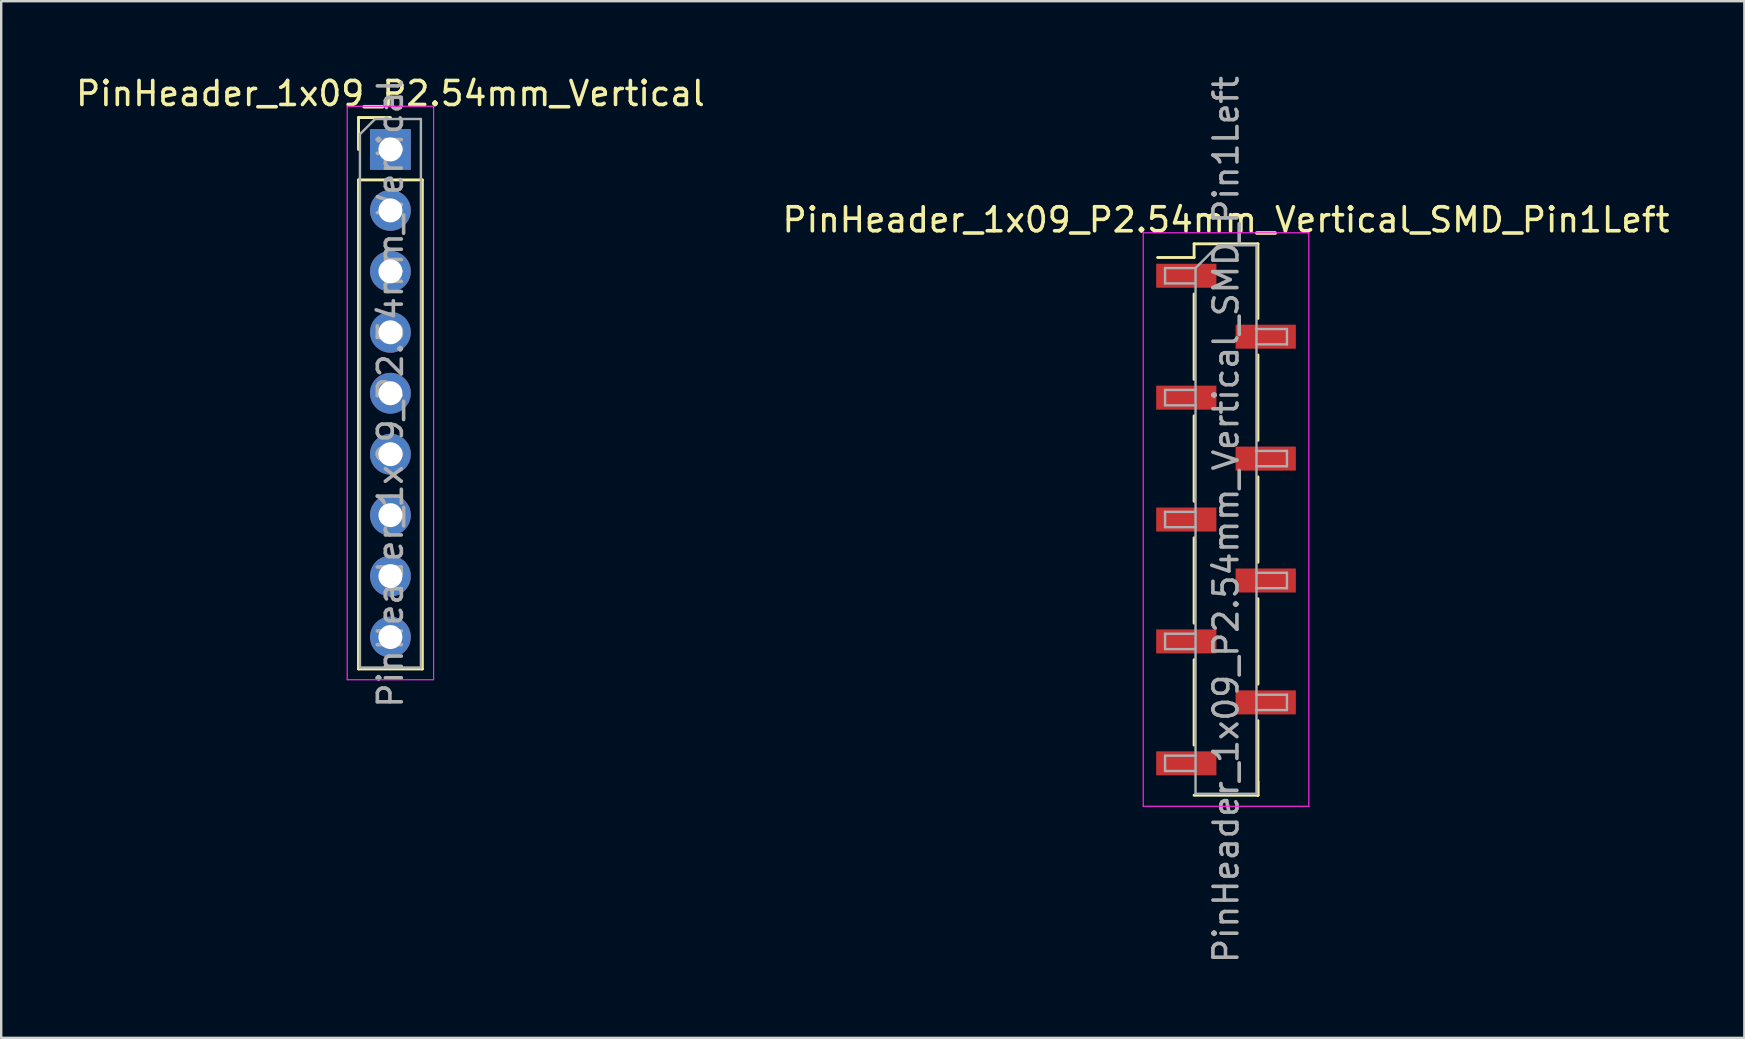
<source format=kicad_pcb>
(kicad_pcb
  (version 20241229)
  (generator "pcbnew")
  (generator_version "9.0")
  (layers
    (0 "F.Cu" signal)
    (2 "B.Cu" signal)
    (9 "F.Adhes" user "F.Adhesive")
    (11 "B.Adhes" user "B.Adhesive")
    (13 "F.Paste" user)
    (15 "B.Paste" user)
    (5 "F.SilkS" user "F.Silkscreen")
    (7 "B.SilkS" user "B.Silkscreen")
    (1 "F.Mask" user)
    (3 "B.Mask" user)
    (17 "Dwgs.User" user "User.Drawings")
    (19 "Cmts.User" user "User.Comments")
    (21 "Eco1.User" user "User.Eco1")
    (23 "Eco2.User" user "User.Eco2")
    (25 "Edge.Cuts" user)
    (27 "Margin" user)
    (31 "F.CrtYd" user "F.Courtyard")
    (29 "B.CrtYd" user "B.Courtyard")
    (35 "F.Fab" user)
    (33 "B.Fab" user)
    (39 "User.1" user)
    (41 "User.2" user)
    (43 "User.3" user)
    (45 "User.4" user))
  (footprint "PinHeader_1x09_P2.54mm_Vertical"
    (layer "F.Cu")
    (at 13.22 3.178)
    (property "Reference" "PinHeader_1x09_P2.54mm_Vertical" (at 0 -2.33 0) (layer "F.SilkS") (effects (font (size 1 1) (thickness 0.15))))
    (attr through_hole)
    (fp_line (start -1.33 -1.33) (end 0 -1.33) (stroke (width 0.12) (type solid)) (layer "F.SilkS"))
    (fp_line (start -1.33 0) (end -1.33 -1.33) (stroke (width 0.12) (type solid)) (layer "F.SilkS"))
    (fp_line (start -1.33 1.27) (end -1.33 21.65) (stroke (width 0.12) (type solid)) (layer "F.SilkS"))
    (fp_line (start -1.33 1.27) (end 1.33 1.27) (stroke (width 0.12) (type solid)) (layer "F.SilkS"))
    (fp_line (start -1.33 21.65) (end 1.33 21.65) (stroke (width 0.12) (type solid)) (layer "F.SilkS"))
    (fp_line (start 1.33 1.27) (end 1.33 21.65) (stroke (width 0.12) (type solid)) (layer "F.SilkS"))
    (fp_line (start -1.8 -1.8) (end -1.8 22.1) (stroke (width 0.05) (type solid)) (layer "F.CrtYd"))
    (fp_line (start -1.8 22.1) (end 1.8 22.1) (stroke (width 0.05) (type solid)) (layer "F.CrtYd"))
    (fp_line (start 1.8 -1.8) (end -1.8 -1.8) (stroke (width 0.05) (type solid)) (layer "F.CrtYd"))
    (fp_line (start 1.8 22.1) (end 1.8 -1.8) (stroke (width 0.05) (type solid)) (layer "F.CrtYd"))
    (fp_line (start -1.27 -0.635) (end -0.635 -1.27) (stroke (width 0.1) (type solid)) (layer "F.Fab"))
    (fp_line (start -1.27 21.59) (end -1.27 -0.635) (stroke (width 0.1) (type solid)) (layer "F.Fab"))
    (fp_line (start -0.635 -1.27) (end 1.27 -1.27) (stroke (width 0.1) (type solid)) (layer "F.Fab"))
    (fp_line (start 1.27 -1.27) (end 1.27 21.59) (stroke (width 0.1) (type solid)) (layer "F.Fab"))
    (fp_line (start 1.27 21.59) (end -1.27 21.59) (stroke (width 0.1) (type solid)) (layer "F.Fab"))
    (fp_text user "${REFERENCE}" (at 0 10.16 90) (layer "F.Fab") (effects (font (size 1 1) (thickness 0.15))))
    (pad "1" thru_hole rect (at 0 0) (size 1.7 1.7) (drill 1) (layers "*.Cu" "*.Mask"))
    (pad "2" thru_hole oval (at 0 2.54) (size 1.7 1.7) (drill 1) (layers "*.Cu" "*.Mask"))
    (pad "3" thru_hole oval (at 0 5.08) (size 1.7 1.7) (drill 1) (layers "*.Cu" "*.Mask"))
    (pad "4" thru_hole oval (at 0 7.62) (size 1.7 1.7) (drill 1) (layers "*.Cu" "*.Mask"))
    (pad "5" thru_hole oval (at 0 10.16) (size 1.7 1.7) (drill 1) (layers "*.Cu" "*.Mask"))
    (pad "6" thru_hole oval (at 0 12.7) (size 1.7 1.7) (drill 1) (layers "*.Cu" "*.Mask"))
    (pad "7" thru_hole oval (at 0 15.24) (size 1.7 1.7) (drill 1) (layers "*.Cu" "*.Mask"))
    (pad "8" thru_hole oval (at 0 17.78) (size 1.7 1.7) (drill 1) (layers "*.Cu" "*.Mask"))
    (pad "9" thru_hole oval (at 0 20.32) (size 1.7 1.7) (drill 1) (layers "*.Cu" "*.Mask")))
  (footprint "PinHeader_1x09_P2.54mm_Vertical_SMD_Pin1Left"
    (layer "F.Cu")
    (at 48.042 18.601)
    (property "Reference" "PinHeader_1x09_P2.54mm_Vertical_SMD_Pin1Left" (at 0 -12.49 0) (layer "F.SilkS") (effects (font (size 1 1) (thickness 0.15))))
    (attr smd)
    (fp_line (start -1.33 -11.49) (end -1.33 -10.92) (stroke (width 0.12) (type solid)) (layer "F.SilkS"))
    (fp_line (start -1.33 -11.49) (end 1.33 -11.49) (stroke (width 0.12) (type solid)) (layer "F.SilkS"))
    (fp_line (start -1.33 -10.92) (end -2.85 -10.92) (stroke (width 0.12) (type solid)) (layer "F.SilkS"))
    (fp_line (start -1.33 -9.4) (end -1.33 -5.84) (stroke (width 0.12) (type solid)) (layer "F.SilkS"))
    (fp_line (start -1.33 -4.32) (end -1.33 -0.76) (stroke (width 0.12) (type solid)) (layer "F.SilkS"))
    (fp_line (start -1.33 0.76) (end -1.33 4.32) (stroke (width 0.12) (type solid)) (layer "F.SilkS"))
    (fp_line (start -1.33 5.84) (end -1.33 9.4) (stroke (width 0.12) (type solid)) (layer "F.SilkS"))
    (fp_line (start -1.33 11.49) (end 1.33 11.49) (stroke (width 0.12) (type solid)) (layer "F.SilkS"))
    (fp_line (start 1.33 -11.49) (end 1.33 -8.38) (stroke (width 0.12) (type solid)) (layer "F.SilkS"))
    (fp_line (start 1.33 -6.86) (end 1.33 -3.3) (stroke (width 0.12) (type solid)) (layer "F.SilkS"))
    (fp_line (start 1.33 -1.78) (end 1.33 1.78) (stroke (width 0.12) (type solid)) (layer "F.SilkS"))
    (fp_line (start 1.33 3.3) (end 1.33 6.86) (stroke (width 0.12) (type solid)) (layer "F.SilkS"))
    (fp_line (start 1.33 8.38) (end 1.33 11.49) (stroke (width 0.12) (type solid)) (layer "F.SilkS"))
    (fp_line (start 1.33 10.92) (end 1.33 11.49) (stroke (width 0.12) (type solid)) (layer "F.SilkS"))
    (fp_line (start -3.45 -11.95) (end -3.45 11.95) (stroke (width 0.05) (type solid)) (layer "F.CrtYd"))
    (fp_line (start -3.45 11.95) (end 3.45 11.95) (stroke (width 0.05) (type solid)) (layer "F.CrtYd"))
    (fp_line (start 3.45 -11.95) (end -3.45 -11.95) (stroke (width 0.05) (type solid)) (layer "F.CrtYd"))
    (fp_line (start 3.45 11.95) (end 3.45 -11.95) (stroke (width 0.05) (type solid)) (layer "F.CrtYd"))
    (fp_line (start -2.54 -10.48) (end -2.54 -9.84) (stroke (width 0.1) (type solid)) (layer "F.Fab"))
    (fp_line (start -2.54 -9.84) (end -1.27 -9.84) (stroke (width 0.1) (type solid)) (layer "F.Fab"))
    (fp_line (start -2.54 -5.4) (end -2.54 -4.76) (stroke (width 0.1) (type solid)) (layer "F.Fab"))
    (fp_line (start -2.54 -4.76) (end -1.27 -4.76) (stroke (width 0.1) (type solid)) (layer "F.Fab"))
    (fp_line (start -2.54 -0.32) (end -2.54 0.32) (stroke (width 0.1) (type solid)) (layer "F.Fab"))
    (fp_line (start -2.54 0.32) (end -1.27 0.32) (stroke (width 0.1) (type solid)) (layer "F.Fab"))
    (fp_line (start -2.54 4.76) (end -2.54 5.4) (stroke (width 0.1) (type solid)) (layer "F.Fab"))
    (fp_line (start -2.54 5.4) (end -1.27 5.4) (stroke (width 0.1) (type solid)) (layer "F.Fab"))
    (fp_line (start -2.54 9.84) (end -2.54 10.48) (stroke (width 0.1) (type solid)) (layer "F.Fab"))
    (fp_line (start -2.54 10.48) (end -1.27 10.48) (stroke (width 0.1) (type solid)) (layer "F.Fab"))
    (fp_line (start -1.27 -10.48) (end -2.54 -10.48) (stroke (width 0.1) (type solid)) (layer "F.Fab"))
    (fp_line (start -1.27 -10.48) (end -0.32 -11.43) (stroke (width 0.1) (type solid)) (layer "F.Fab"))
    (fp_line (start -1.27 -5.4) (end -2.54 -5.4) (stroke (width 0.1) (type solid)) (layer "F.Fab"))
    (fp_line (start -1.27 -0.32) (end -2.54 -0.32) (stroke (width 0.1) (type solid)) (layer "F.Fab"))
    (fp_line (start -1.27 4.76) (end -2.54 4.76) (stroke (width 0.1) (type solid)) (layer "F.Fab"))
    (fp_line (start -1.27 9.84) (end -2.54 9.84) (stroke (width 0.1) (type solid)) (layer "F.Fab"))
    (fp_line (start -1.27 11.43) (end -1.27 -10.48) (stroke (width 0.1) (type solid)) (layer "F.Fab"))
    (fp_line (start -0.32 -11.43) (end 1.27 -11.43) (stroke (width 0.1) (type solid)) (layer "F.Fab"))
    (fp_line (start 1.27 -11.43) (end 1.27 11.43) (stroke (width 0.1) (type solid)) (layer "F.Fab"))
    (fp_line (start 1.27 -7.94) (end 2.54 -7.94) (stroke (width 0.1) (type solid)) (layer "F.Fab"))
    (fp_line (start 1.27 -2.86) (end 2.54 -2.86) (stroke (width 0.1) (type solid)) (layer "F.Fab"))
    (fp_line (start 1.27 2.22) (end 2.54 2.22) (stroke (width 0.1) (type solid)) (layer "F.Fab"))
    (fp_line (start 1.27 7.3) (end 2.54 7.3) (stroke (width 0.1) (type solid)) (layer "F.Fab"))
    (fp_line (start 1.27 11.43) (end -1.27 11.43) (stroke (width 0.1) (type solid)) (layer "F.Fab"))
    (fp_line (start 2.54 -7.94) (end 2.54 -7.3) (stroke (width 0.1) (type solid)) (layer "F.Fab"))
    (fp_line (start 2.54 -7.3) (end 1.27 -7.3) (stroke (width 0.1) (type solid)) (layer "F.Fab"))
    (fp_line (start 2.54 -2.86) (end 2.54 -2.22) (stroke (width 0.1) (type solid)) (layer "F.Fab"))
    (fp_line (start 2.54 -2.22) (end 1.27 -2.22) (stroke (width 0.1) (type solid)) (layer "F.Fab"))
    (fp_line (start 2.54 2.22) (end 2.54 2.86) (stroke (width 0.1) (type solid)) (layer "F.Fab"))
    (fp_line (start 2.54 2.86) (end 1.27 2.86) (stroke (width 0.1) (type solid)) (layer "F.Fab"))
    (fp_line (start 2.54 7.3) (end 2.54 7.94) (stroke (width 0.1) (type solid)) (layer "F.Fab"))
    (fp_line (start 2.54 7.94) (end 1.27 7.94) (stroke (width 0.1) (type solid)) (layer "F.Fab"))
    (fp_text user "${REFERENCE}" (at 0 0 90) (layer "F.Fab") (effects (font (size 1 1) (thickness 0.15))))
    (pad "1" smd rect (at -1.655 -10.16) (size 2.51 1) (layers "F.Cu" "F.Mask" "F.Paste"))
    (pad "2" smd rect (at 1.655 -7.62) (size 2.51 1) (layers "F.Cu" "F.Mask" "F.Paste"))
    (pad "3" smd rect (at -1.655 -5.08) (size 2.51 1) (layers "F.Cu" "F.Mask" "F.Paste"))
    (pad "4" smd rect (at 1.655 -2.54) (size 2.51 1) (layers "F.Cu" "F.Mask" "F.Paste"))
    (pad "5" smd rect (at -1.655 0) (size 2.51 1) (layers "F.Cu" "F.Mask" "F.Paste"))
    (pad "6" smd rect (at 1.655 2.54) (size 2.51 1) (layers "F.Cu" "F.Mask" "F.Paste"))
    (pad "7" smd rect (at -1.655 5.08) (size 2.51 1) (layers "F.Cu" "F.Mask" "F.Paste"))
    (pad "8" smd rect (at 1.655 7.62) (size 2.51 1) (layers "F.Cu" "F.Mask" "F.Paste"))
    (pad "9" smd rect (at -1.655 10.16) (size 2.51 1) (layers "F.Cu" "F.Mask" "F.Paste")))
  (gr_rect
    (start -3 -3)
    (end 69.643 40.202)
    (stroke (width 0.1) (type default))
    (fill no)
    (layer "Edge.Cuts")))
</source>
